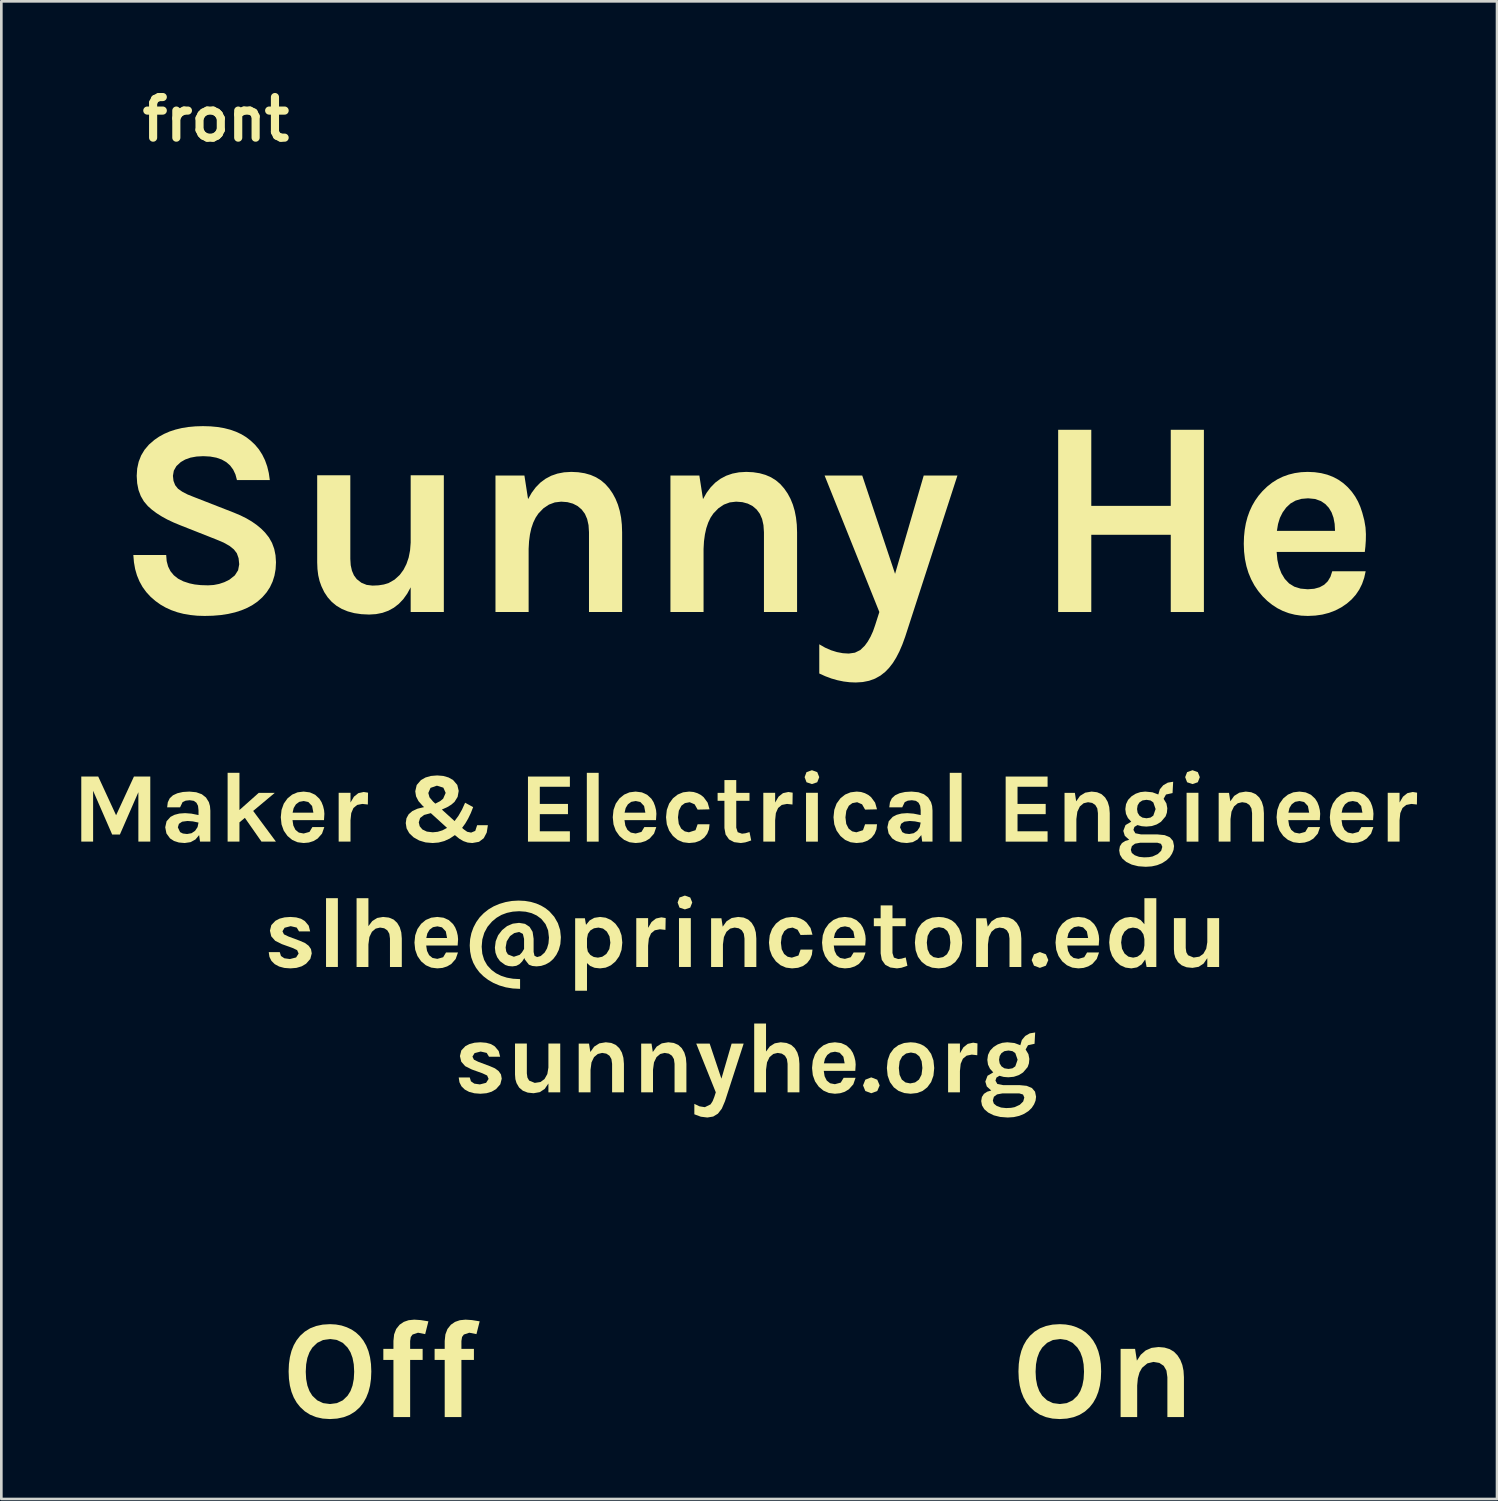
<source format=kicad_pcb>
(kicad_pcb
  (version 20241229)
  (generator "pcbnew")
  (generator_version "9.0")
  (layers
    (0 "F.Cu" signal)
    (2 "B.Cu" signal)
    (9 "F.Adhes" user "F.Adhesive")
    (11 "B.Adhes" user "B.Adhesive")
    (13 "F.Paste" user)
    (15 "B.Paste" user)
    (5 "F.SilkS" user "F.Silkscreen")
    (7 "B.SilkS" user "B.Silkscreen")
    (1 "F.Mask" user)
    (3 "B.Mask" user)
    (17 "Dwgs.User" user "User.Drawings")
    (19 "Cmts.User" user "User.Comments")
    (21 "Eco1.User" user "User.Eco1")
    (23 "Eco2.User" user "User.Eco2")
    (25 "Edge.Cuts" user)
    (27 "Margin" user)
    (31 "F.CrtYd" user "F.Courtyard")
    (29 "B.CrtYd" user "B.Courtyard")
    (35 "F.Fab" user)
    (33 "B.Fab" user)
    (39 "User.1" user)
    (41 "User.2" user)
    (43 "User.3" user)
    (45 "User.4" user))
  (footprint "front"
    (layer "F.Cu")
    (at 5.054 27.336)
    (property "Reference" "front" (at 0 -25.91 0) (layer "F.SilkS") (effects (font (size 1.524 1.524) (thickness 0.305))))
    (attr smd)
    (fp_line (start -4.747 -3.381) (end 44.797 -3.381) (stroke (width 0.508) (type solid)) (layer "F.Mask"))
    (fp_line (start 44.797 -3.381) (end -4.747 -3.381) (stroke (width 0.508) (type solid)) (layer "F.Mask"))
    (fp_poly (pts (xy 4.13 3.317) (xy 4.574 3.317) (xy 4.574 5.898) (xy 4.13 5.898) (xy 4.13 3.317)) (stroke (width 0) (type solid)) (fill yes) (layer "F.SilkS"))
    (fp_poly (pts (xy 13.916 -1.387) (xy 14.36 -1.387) (xy 14.36 1.195) (xy 13.916 1.195) (xy 13.916 -1.387)) (stroke (width 0) (type solid)) (fill yes) (layer "F.SilkS"))
    (fp_poly (pts (xy 27.534 -1.387) (xy 27.978 -1.387) (xy 27.978 1.195) (xy 27.534 1.195) (xy 27.534 -1.387)) (stroke (width 0) (type solid)) (fill yes) (layer "F.SilkS"))
    (fp_poly (pts (xy 24.588 10.636) (xy 24.366 10.553) (xy 24.28 10.342) (xy 24.366 10.128) (xy 24.588 10.041) (xy 24.814 10.128) (xy 24.904 10.342) (xy 24.814 10.553) (xy 24.588 10.636)) (stroke (width 0) (type solid)) (fill yes) (layer "F.SilkS"))
    (fp_poly (pts (xy 30.916 5.932) (xy 30.694 5.849) (xy 30.608 5.639) (xy 30.694 5.424) (xy 30.916 5.338) (xy 31.142 5.424) (xy 31.232 5.639) (xy 31.142 5.849) (xy 30.916 5.932)) (stroke (width 0) (type solid)) (fill yes) (layer "F.SilkS"))
    (fp_poly (pts (xy 1.084 0.303) (xy 0.881 0.472) (xy 0.881 1.195) (xy 0.437 1.195) (xy 0.437 -1.387) (xy 0.881 -1.387) (xy 0.881 0.009) (xy 1.603 -0.634) (xy 2.205 -0.634) (xy 1.396 0.043) (xy 2.25 1.195) (xy 1.708 1.195) (xy 1.084 0.303)) (stroke (width 0) (type solid)) (fill yes) (layer "F.SilkS"))
    (fp_poly (pts (xy 11.707 -1.247) (xy 13.28 -1.247) (xy 13.28 -0.864) (xy 12.151 -0.864) (xy 12.151 -0.22) (xy 13.208 -0.22) (xy 13.208 0.164) (xy 12.151 0.164) (xy 12.151 0.807) (xy 13.28 0.807) (xy 13.28 1.195) (xy 11.707 1.195) (xy 11.707 -1.247)) (stroke (width 0) (type solid)) (fill yes) (layer "F.SilkS"))
    (fp_poly (pts (xy 29.632 -1.247) (xy 31.205 -1.247) (xy 31.205 -0.864) (xy 30.077 -0.864) (xy 30.077 -0.22) (xy 31.134 -0.22) (xy 31.134 0.164) (xy 30.077 0.164) (xy 30.077 0.807) (xy 31.205 0.807) (xy 31.205 1.195) (xy 29.632 1.195) (xy 29.632 -1.247)) (stroke (width 0) (type solid)) (fill yes) (layer "F.SilkS"))
    (fp_poly (pts (xy 32.845 -14.259) (xy 32.845 -11.404) (xy 35.827 -11.404) (xy 35.827 -14.259) (xy 37.07 -14.259) (xy 37.07 -7.421) (xy 35.827 -7.421) (xy 35.827 -10.319) (xy 32.845 -10.319) (xy 32.845 -7.421) (xy 31.602 -7.421) (xy 31.602 -14.259) (xy 32.845 -14.259)) (stroke (width 0) (type solid)) (fill yes) (layer "F.SilkS"))
    (fp_poly (pts (xy -4.418 -1.247) (xy -3.748 0.205) (xy -3.078 -1.247) (xy -2.465 -1.247) (xy -2.465 1.195) (xy -2.912 1.195) (xy -2.912 -0.66) (xy -3.605 0.928) (xy -3.895 0.928) (xy -4.61 -0.713) (xy -4.61 1.195) (xy -5.054 1.195) (xy -5.054 -1.247) (xy -4.418 -1.247)) (stroke (width 0) (type solid)) (fill yes) (layer "F.SilkS"))
    (fp_poly (pts (xy 17.374 4.066) (xy 17.322 3.479) (xy 17.393 3.291) (xy 17.596 3.219) (xy 17.796 3.291) (xy 17.871 3.479) (xy 17.796 3.671) (xy 17.596 3.738) (xy 17.393 3.671) (xy 17.322 3.479) (xy 17.374 4.066) (xy 17.818 4.066) (xy 17.818 5.898) (xy 17.374 5.898) (xy 17.374 4.066)) (stroke (width 0) (type solid)) (fill yes) (layer "F.SilkS"))
    (fp_poly (pts (xy 22.141 -0.638) (xy 22.088 -1.225) (xy 22.159 -1.413) (xy 22.363 -1.485) (xy 22.562 -1.413) (xy 22.637 -1.225) (xy 22.562 -1.033) (xy 22.363 -0.965) (xy 22.159 -1.033) (xy 22.088 -1.225) (xy 22.141 -0.638) (xy 22.585 -0.638) (xy 22.585 1.195) (xy 22.141 1.195) (xy 22.141 -0.638)) (stroke (width 0) (type solid)) (fill yes) (layer "F.SilkS"))
    (fp_poly (pts (xy 36.421 -0.638) (xy 36.368 -1.225) (xy 36.44 -1.413) (xy 36.643 -1.485) (xy 36.842 -1.413) (xy 36.917 -1.225) (xy 36.842 -1.033) (xy 36.643 -0.965) (xy 36.44 -1.033) (xy 36.368 -1.225) (xy 36.421 -0.638) (xy 36.865 -0.638) (xy 36.865 1.195) (xy 36.421 1.195) (xy 36.421 -0.638)) (stroke (width 0) (type solid)) (fill yes) (layer "F.SilkS"))
    (fp_poly (pts (xy 5.048 -0.273) (xy 5.177 -0.492) (xy 5.342 -0.624) (xy 5.544 -0.668) (xy 5.706 -0.642) (xy 5.699 -0.198) (xy 5.492 -0.22) (xy 5.298 -0.182) (xy 5.159 -0.067) (xy 5.076 0.125) (xy 5.048 0.393) (xy 5.048 1.195) (xy 4.604 1.195) (xy 4.604 -0.638) (xy 5.048 -0.638) (xy 5.048 -0.273)) (stroke (width 0) (type solid)) (fill yes) (layer "F.SilkS"))
    (fp_poly (pts (xy 16.215 4.431) (xy 16.344 4.211) (xy 16.51 4.08) (xy 16.712 4.036) (xy 16.874 4.062) (xy 16.866 4.506) (xy 16.659 4.484) (xy 16.465 4.522) (xy 16.326 4.637) (xy 16.243 4.829) (xy 16.215 5.097) (xy 16.215 5.898) (xy 15.771 5.898) (xy 15.771 4.066) (xy 16.215 4.066) (xy 16.215 4.431)) (stroke (width 0) (type solid)) (fill yes) (layer "F.SilkS"))
    (fp_poly (pts (xy 20.982 -0.273) (xy 21.11 -0.492) (xy 21.276 -0.624) (xy 21.478 -0.668) (xy 21.64 -0.642) (xy 21.633 -0.198) (xy 21.426 -0.22) (xy 21.231 -0.182) (xy 21.093 -0.067) (xy 21.009 0.125) (xy 20.982 0.393) (xy 20.982 1.195) (xy 20.538 1.195) (xy 20.538 -0.638) (xy 20.982 -0.638) (xy 20.982 -0.273)) (stroke (width 0) (type solid)) (fill yes) (layer "F.SilkS"))
    (fp_poly (pts (xy 27.916 9.135) (xy 28.045 8.915) (xy 28.21 8.783) (xy 28.413 8.739) (xy 28.574 8.766) (xy 28.567 9.21) (xy 28.36 9.187) (xy 28.166 9.226) (xy 28.027 9.341) (xy 27.944 9.532) (xy 27.916 9.801) (xy 27.916 10.602) (xy 27.472 10.602) (xy 27.472 8.77) (xy 27.916 8.77) (xy 27.916 9.135)) (stroke (width 0) (type solid)) (fill yes) (layer "F.SilkS"))
    (fp_poly (pts (xy 44.412 -0.273) (xy 44.541 -0.492) (xy 44.706 -0.624) (xy 44.909 -0.668) (xy 45.07 -0.642) (xy 45.063 -0.198) (xy 44.856 -0.22) (xy 44.662 -0.182) (xy 44.523 -0.067) (xy 44.44 0.125) (xy 44.412 0.393) (xy 44.412 1.195) (xy 43.968 1.195) (xy 43.968 -0.638) (xy 44.412 -0.638) (xy 44.412 -0.273)) (stroke (width 0) (type solid)) (fill yes) (layer "F.SilkS"))
    (fp_poly (pts (xy 18.525 8.773) (xy 18.966 10.09) (xy 19.349 8.773) (xy 19.801 8.773) (xy 19.101 10.933) (xy 18.98 11.215) (xy 18.834 11.404) (xy 18.658 11.511) (xy 18.439 11.547) (xy 18.194 11.517) (xy 17.95 11.426) (xy 17.95 11.035) (xy 18.146 11.128) (xy 18.345 11.159) (xy 18.559 11.054) (xy 18.637 10.932) (xy 18.698 10.779) (xy 18.755 10.602) (xy 18.021 8.773) (xy 18.525 8.773)) (stroke (width 0) (type solid)) (fill yes) (layer "F.SilkS"))
    (fp_poly (pts (xy 20.084 1.15) (xy 19.862 1.223) (xy 19.693 1.247) (xy 19.441 1.214) (xy 19.252 1.112) (xy 19.123 0.928) (xy 19.079 0.687) (xy 19.079 -0.337) (xy 18.823 -0.337) (xy 18.823 -0.634) (xy 19.079 -0.634) (xy 19.079 -1.116) (xy 19.523 -1.116) (xy 19.523 -0.634) (xy 20.02 -0.634) (xy 20.02 -0.337) (xy 19.523 -0.337) (xy 19.523 0.672) (xy 19.577 0.841) (xy 19.738 0.897) (xy 19.863 0.882) (xy 20.02 0.837) (xy 20.084 1.15)) (stroke (width 0) (type solid)) (fill yes) (layer "F.SilkS"))
    (fp_poly (pts (xy 25.945 5.853) (xy 25.723 5.927) (xy 25.554 5.951) (xy 25.302 5.917) (xy 25.114 5.816) (xy 24.984 5.632) (xy 24.941 5.39) (xy 24.941 4.367) (xy 24.685 4.367) (xy 24.685 4.07) (xy 24.941 4.07) (xy 24.941 3.588) (xy 25.385 3.588) (xy 25.385 4.07) (xy 25.881 4.07) (xy 25.881 4.367) (xy 25.385 4.367) (xy 25.385 5.375) (xy 25.438 5.545) (xy 25.599 5.601) (xy 25.724 5.586) (xy 25.881 5.541) (xy 25.945 5.853)) (stroke (width 0) (type solid)) (fill yes) (layer "F.SilkS"))
    (fp_poly (pts (xy 6.28 20.228) (xy 6.659 20.228) (xy 6.659 19.928) (xy 6.685 19.685) (xy 6.762 19.483) (xy 6.891 19.322) (xy 7.046 19.216) (xy 7.228 19.153) (xy 7.439 19.132) (xy 7.68 19.148) (xy 7.971 19.195) (xy 7.85 19.675) (xy 7.581 19.622) (xy 7.376 19.691) (xy 7.309 19.783) (xy 7.286 19.933) (xy 7.286 20.228) (xy 7.755 20.228) (xy 7.755 20.644) (xy 7.286 20.644) (xy 7.286 22.788) (xy 6.659 22.788) (xy 6.659 20.644) (xy 6.28 20.644) (xy 6.28 20.228)) (stroke (width 0) (type solid)) (fill yes) (layer "F.SilkS"))
    (fp_poly (pts (xy 8.204 20.228) (xy 8.583 20.228) (xy 8.583 19.928) (xy 8.609 19.685) (xy 8.686 19.483) (xy 8.815 19.322) (xy 8.97 19.216) (xy 9.152 19.153) (xy 9.363 19.132) (xy 9.604 19.148) (xy 9.895 19.195) (xy 9.774 19.675) (xy 9.505 19.622) (xy 9.3 19.691) (xy 9.233 19.783) (xy 9.21 19.933) (xy 9.21 20.228) (xy 9.679 20.228) (xy 9.679 20.644) (xy 9.21 20.644) (xy 9.21 22.788) (xy 8.583 22.788) (xy 8.583 20.644) (xy 8.204 20.644) (xy 8.204 20.228)) (stroke (width 0) (type solid)) (fill yes) (layer "F.SilkS"))
    (fp_poly (pts (xy 12.474 10.271) (xy 12.335 10.474) (xy 12.15 10.595) (xy 11.917 10.636) (xy 11.695 10.612) (xy 11.515 10.541) (xy 11.375 10.422) (xy 11.278 10.256) (xy 11.235 10.11) (xy 11.221 9.936) (xy 11.221 8.77) (xy 11.665 8.77) (xy 11.665 9.891) (xy 11.687 10.049) (xy 11.752 10.162) (xy 11.962 10.248) (xy 12.177 10.215) (xy 12.327 10.105) (xy 12.434 9.916) (xy 12.474 9.673) (xy 12.474 8.77) (xy 12.918 8.77) (xy 12.918 10.602) (xy 12.474 10.602) (xy 12.474 10.271)) (stroke (width 0) (type solid)) (fill yes) (layer "F.SilkS"))
    (fp_poly (pts (xy 37.198 5.567) (xy 37.059 5.77) (xy 36.874 5.892) (xy 36.641 5.932) (xy 36.419 5.909) (xy 36.238 5.837) (xy 36.099 5.718) (xy 36.001 5.552) (xy 35.959 5.406) (xy 35.945 5.232) (xy 35.945 4.066) (xy 36.389 4.066) (xy 36.389 5.187) (xy 36.411 5.345) (xy 36.476 5.458) (xy 36.686 5.545) (xy 36.901 5.511) (xy 37.051 5.402) (xy 37.158 5.213) (xy 37.198 4.969) (xy 37.198 4.066) (xy 37.642 4.066) (xy 37.642 5.898) (xy 37.198 5.898) (xy 37.198 5.567)) (stroke (width 0) (type solid)) (fill yes) (layer "F.SilkS"))
    (fp_poly (pts (xy 5.72 4.367) (xy 5.865 4.175) (xy 6.048 4.059) (xy 6.27 4.021) (xy 6.489 4.045) (xy 6.666 4.119) (xy 6.8 4.243) (xy 6.896 4.407) (xy 6.954 4.602) (xy 6.973 4.83) (xy 6.973 5.898) (xy 6.529 5.898) (xy 6.529 4.83) (xy 6.505 4.652) (xy 6.431 4.525) (xy 6.314 4.446) (xy 6.157 4.42) (xy 5.992 4.459) (xy 5.852 4.578) (xy 5.757 4.775) (xy 5.72 5.052) (xy 5.72 5.898) (xy 5.276 5.898) (xy 5.276 3.317) (xy 5.72 3.317) (xy 5.72 4.367)) (stroke (width 0) (type solid)) (fill yes) (layer "F.SilkS"))
    (fp_poly (pts (xy 14.047 9.089) (xy 14.192 8.887) (xy 14.385 8.765) (xy 14.627 8.724) (xy 14.834 8.749) (xy 15.003 8.823) (xy 15.135 8.946) (xy 15.231 9.11) (xy 15.288 9.306) (xy 15.308 9.533) (xy 15.308 10.602) (xy 14.864 10.602) (xy 14.864 9.533) (xy 14.839 9.356) (xy 14.766 9.229) (xy 14.648 9.15) (xy 14.491 9.123) (xy 14.327 9.163) (xy 14.186 9.281) (xy 14.091 9.479) (xy 14.055 9.755) (xy 14.055 10.602) (xy 13.611 10.602) (xy 13.611 8.773) (xy 13.998 8.773) (xy 14.047 9.089)) (stroke (width 0) (type solid)) (fill yes) (layer "F.SilkS"))
    (fp_poly (pts (xy 16.392 9.089) (xy 16.536 8.887) (xy 16.729 8.765) (xy 16.971 8.724) (xy 17.178 8.749) (xy 17.347 8.823) (xy 17.479 8.946) (xy 17.575 9.11) (xy 17.633 9.306) (xy 17.652 9.533) (xy 17.652 10.602) (xy 17.208 10.602) (xy 17.208 9.533) (xy 17.184 9.356) (xy 17.11 9.229) (xy 16.993 9.15) (xy 16.836 9.123) (xy 16.671 9.163) (xy 16.531 9.281) (xy 16.436 9.479) (xy 16.399 9.755) (xy 16.399 10.602) (xy 15.955 10.602) (xy 15.955 8.773) (xy 16.343 8.773) (xy 16.392 9.089)) (stroke (width 0) (type solid)) (fill yes) (layer "F.SilkS"))
    (fp_poly (pts (xy 19.015 4.386) (xy 19.16 4.183) (xy 19.353 4.061) (xy 19.595 4.021) (xy 19.802 4.045) (xy 19.971 4.119) (xy 20.103 4.243) (xy 20.199 4.407) (xy 20.257 4.602) (xy 20.276 4.83) (xy 20.276 5.898) (xy 19.832 5.898) (xy 19.832 4.83) (xy 19.807 4.652) (xy 19.734 4.525) (xy 19.617 4.446) (xy 19.459 4.42) (xy 19.295 4.459) (xy 19.155 4.578) (xy 19.06 4.775) (xy 19.023 5.052) (xy 19.023 5.898) (xy 18.579 5.898) (xy 18.579 4.07) (xy 18.966 4.07) (xy 19.015 4.386)) (stroke (width 0) (type solid)) (fill yes) (layer "F.SilkS"))
    (fp_poly (pts (xy 20.64 9.071) (xy 20.784 8.878) (xy 20.968 8.763) (xy 21.189 8.724) (xy 21.409 8.749) (xy 21.586 8.823) (xy 21.72 8.946) (xy 21.816 9.11) (xy 21.874 9.306) (xy 21.893 9.533) (xy 21.893 10.602) (xy 21.449 10.602) (xy 21.449 9.533) (xy 21.424 9.356) (xy 21.351 9.229) (xy 21.233 9.15) (xy 21.076 9.123) (xy 20.912 9.163) (xy 20.772 9.281) (xy 20.677 9.479) (xy 20.64 9.755) (xy 20.64 10.602) (xy 20.196 10.602) (xy 20.196 8.021) (xy 20.64 8.021) (xy 20.64 9.071)) (stroke (width 0) (type solid)) (fill yes) (layer "F.SilkS"))
    (fp_poly (pts (xy 28.959 4.386) (xy 29.104 4.183) (xy 29.297 4.061) (xy 29.539 4.021) (xy 29.746 4.045) (xy 29.915 4.119) (xy 30.047 4.243) (xy 30.143 4.407) (xy 30.201 4.602) (xy 30.22 4.83) (xy 30.22 5.898) (xy 29.776 5.898) (xy 29.776 4.83) (xy 29.751 4.652) (xy 29.678 4.525) (xy 29.56 4.446) (xy 29.403 4.42) (xy 29.239 4.459) (xy 29.099 4.578) (xy 29.004 4.775) (xy 28.967 5.052) (xy 28.967 5.898) (xy 28.523 5.898) (xy 28.523 4.07) (xy 28.91 4.07) (xy 28.959 4.386)) (stroke (width 0) (type solid)) (fill yes) (layer "F.SilkS"))
    (fp_poly (pts (xy 32.278 -0.318) (xy 32.422 -0.521) (xy 32.615 -0.642) (xy 32.857 -0.683) (xy 33.064 -0.658) (xy 33.233 -0.584) (xy 33.365 -0.461) (xy 33.461 -0.297) (xy 33.519 -0.101) (xy 33.538 0.126) (xy 33.538 1.195) (xy 33.094 1.195) (xy 33.094 0.126) (xy 33.07 -0.052) (xy 32.996 -0.179) (xy 32.879 -0.258) (xy 32.722 -0.284) (xy 32.557 -0.245) (xy 32.417 -0.126) (xy 32.322 0.071) (xy 32.285 0.348) (xy 32.285 1.195) (xy 31.841 1.195) (xy 31.841 -0.634) (xy 32.229 -0.634) (xy 32.278 -0.318)) (stroke (width 0) (type solid)) (fill yes) (layer "F.SilkS"))
    (fp_poly (pts (xy 38.062 -0.318) (xy 38.206 -0.521) (xy 38.4 -0.642) (xy 38.641 -0.683) (xy 38.848 -0.658) (xy 39.018 -0.584) (xy 39.149 -0.461) (xy 39.245 -0.297) (xy 39.303 -0.101) (xy 39.322 0.126) (xy 39.322 1.195) (xy 38.878 1.195) (xy 38.878 0.126) (xy 38.854 -0.052) (xy 38.78 -0.179) (xy 38.663 -0.258) (xy 38.506 -0.284) (xy 38.341 -0.245) (xy 38.201 -0.126) (xy 38.106 0.071) (xy 38.069 0.348) (xy 38.069 1.195) (xy 37.625 1.195) (xy 37.625 -0.634) (xy 38.013 -0.634) (xy 38.062 -0.318)) (stroke (width 0) (type solid)) (fill yes) (layer "F.SilkS"))
    (fp_poly (pts (xy 34.556 20.67) (xy 34.702 20.447) (xy 34.886 20.287) (xy 35.108 20.191) (xy 35.368 20.159) (xy 35.59 20.179) (xy 35.783 20.237) (xy 35.946 20.334) (xy 36.079 20.47) (xy 36.185 20.638) (xy 36.261 20.831) (xy 36.306 21.049) (xy 36.321 21.292) (xy 36.321 22.788) (xy 35.7 22.788) (xy 35.7 21.292) (xy 35.665 21.043) (xy 35.563 20.865) (xy 35.398 20.755) (xy 35.178 20.718) (xy 34.948 20.773) (xy 34.751 20.939) (xy 34.654 21.111) (xy 34.592 21.332) (xy 34.567 21.603) (xy 34.567 22.788) (xy 33.945 22.788) (xy 33.945 20.228) (xy 34.488 20.228) (xy 34.556 20.67)) (stroke (width 0) (type solid)) (fill yes) (layer "F.SilkS"))
    (fp_poly (pts (xy 24.25 -12.542) (xy 25.482 -8.854) (xy 26.557 -12.542) (xy 27.822 -12.542) (xy 25.862 -6.494) (xy 25.756 -6.203) (xy 25.643 -5.94) (xy 25.522 -5.706) (xy 25.394 -5.501) (xy 25.257 -5.325) (xy 25.114 -5.177) (xy 24.931 -5.033) (xy 24.729 -4.921) (xy 24.508 -4.841) (xy 24.267 -4.793) (xy 24.007 -4.777) (xy 23.779 -4.786) (xy 23.551 -4.814) (xy 23.323 -4.861) (xy 23.094 -4.926) (xy 22.866 -5.011) (xy 22.638 -5.114) (xy 22.638 -6.21) (xy 22.857 -6.084) (xy 23.078 -5.987) (xy 23.299 -5.918) (xy 23.521 -5.876) (xy 23.744 -5.862) (xy 23.975 -5.895) (xy 24.175 -5.993) (xy 24.345 -6.157) (xy 24.46 -6.316) (xy 24.563 -6.497) (xy 24.655 -6.7) (xy 24.734 -6.926) (xy 24.892 -7.421) (xy 22.838 -12.542) (xy 24.25 -12.542)) (stroke (width 0) (type solid)) (fill yes) (layer "F.SilkS"))
    (fp_poly (pts (xy 17.757 -0.683) (xy 17.921 -0.668) (xy 18.066 -0.623) (xy 18.194 -0.557) (xy 18.299 -0.472) (xy 18.449 -0.268) (xy 18.521 -0.017) (xy 18.073 -0.006) (xy 17.961 -0.205) (xy 17.776 -0.284) (xy 17.596 -0.25) (xy 17.464 -0.152) (xy 17.368 0.036) (xy 17.336 0.284) (xy 17.366 0.529) (xy 17.456 0.706) (xy 17.589 0.81) (xy 17.746 0.845) (xy 17.994 0.766) (xy 18.073 0.544) (xy 18.521 0.544) (xy 18.499 0.733) (xy 18.433 0.9) (xy 18.322 1.044) (xy 18.168 1.157) (xy 17.979 1.225) (xy 17.754 1.247) (xy 17.526 1.218) (xy 17.324 1.13) (xy 17.148 0.984) (xy 17.004 0.78) (xy 16.917 0.546) (xy 16.888 0.28) (xy 16.917 0.004) (xy 17.004 -0.233) (xy 17.148 -0.431) (xy 17.324 -0.571) (xy 17.527 -0.655) (xy 17.757 -0.683)) (stroke (width 0) (type solid)) (fill yes) (layer "F.SilkS"))
    (fp_poly (pts (xy 21.62 4.021) (xy 21.783 4.036) (xy 21.928 4.081) (xy 22.056 4.147) (xy 22.161 4.231) (xy 22.311 4.436) (xy 22.383 4.687) (xy 21.936 4.698) (xy 21.823 4.499) (xy 21.638 4.42) (xy 21.458 4.453) (xy 21.326 4.551) (xy 21.23 4.739) (xy 21.198 4.988) (xy 21.228 5.232) (xy 21.318 5.409) (xy 21.451 5.514) (xy 21.608 5.548) (xy 21.857 5.469) (xy 21.936 5.247) (xy 22.383 5.247) (xy 22.361 5.437) (xy 22.295 5.604) (xy 22.184 5.748) (xy 22.031 5.861) (xy 21.841 5.929) (xy 21.616 5.951) (xy 21.388 5.922) (xy 21.186 5.834) (xy 21.01 5.688) (xy 20.866 5.484) (xy 20.779 5.249) (xy 20.75 4.984) (xy 20.779 4.708) (xy 20.866 4.471) (xy 21.01 4.273) (xy 21.186 4.133) (xy 21.39 4.049) (xy 21.62 4.021)) (stroke (width 0) (type solid)) (fill yes) (layer "F.SilkS"))
    (fp_poly (pts (xy 24.041 -0.683) (xy 24.205 -0.668) (xy 24.35 -0.623) (xy 24.478 -0.557) (xy 24.583 -0.472) (xy 24.733 -0.268) (xy 24.805 -0.017) (xy 24.357 -0.006) (xy 24.244 -0.205) (xy 24.06 -0.284) (xy 23.879 -0.25) (xy 23.748 -0.152) (xy 23.652 0.036) (xy 23.62 0.284) (xy 23.65 0.529) (xy 23.74 0.706) (xy 23.873 0.81) (xy 24.03 0.845) (xy 24.278 0.766) (xy 24.357 0.544) (xy 24.805 0.544) (xy 24.783 0.733) (xy 24.716 0.9) (xy 24.606 1.044) (xy 24.452 1.157) (xy 24.263 1.225) (xy 24.037 1.247) (xy 23.81 1.218) (xy 23.608 1.13) (xy 23.432 0.984) (xy 23.287 0.78) (xy 23.201 0.546) (xy 23.172 0.28) (xy 23.201 0.004) (xy 23.287 -0.233) (xy 23.432 -0.431) (xy 23.608 -0.571) (xy 23.811 -0.655) (xy 24.041 -0.683)) (stroke (width 0) (type solid)) (fill yes) (layer "F.SilkS"))
    (fp_poly (pts (xy 13.885 4.318) (xy 14.524 4.457) (xy 14.351 4.42) (xy 14.183 4.447) (xy 14.047 4.529) (xy 13.957 4.658) (xy 13.922 4.833) (xy 13.922 5.161) (xy 13.953 5.321) (xy 14.047 5.447) (xy 14.176 5.523) (xy 14.332 5.548) (xy 14.494 5.515) (xy 14.649 5.409) (xy 14.761 5.225) (xy 14.799 4.988) (xy 14.766 4.75) (xy 14.667 4.57) (xy 14.524 4.457) (xy 13.885 4.318) (xy 14.02 4.153) (xy 14.196 4.054) (xy 14.412 4.021) (xy 14.626 4.049) (xy 14.82 4.134) (xy 14.991 4.277) (xy 15.133 4.476) (xy 15.218 4.711) (xy 15.247 4.984) (xy 15.218 5.259) (xy 15.131 5.496) (xy 14.987 5.695) (xy 14.816 5.837) (xy 14.624 5.923) (xy 14.412 5.951) (xy 14.208 5.929) (xy 14.045 5.862) (xy 13.922 5.752) (xy 13.922 6.79) (xy 13.478 6.79) (xy 13.478 4.07) (xy 13.843 4.07) (xy 13.885 4.318)) (stroke (width 0) (type solid)) (fill yes) (layer "F.SilkS"))
    (fp_poly (pts (xy 34.868 5.616) (xy 34.416 5.548) (xy 34.569 5.516) (xy 34.706 5.421) (xy 34.805 5.272) (xy 34.838 5.089) (xy 34.838 4.852) (xy 34.801 4.674) (xy 34.706 4.532) (xy 34.574 4.448) (xy 34.405 4.42) (xy 34.232 4.458) (xy 34.089 4.574) (xy 33.996 4.751) (xy 33.965 4.98) (xy 33.997 5.212) (xy 34.093 5.394) (xy 34.237 5.51) (xy 34.416 5.548) (xy 34.868 5.616) (xy 34.735 5.802) (xy 34.562 5.914) (xy 34.348 5.951) (xy 34.128 5.921) (xy 33.932 5.832) (xy 33.761 5.684) (xy 33.625 5.482) (xy 33.544 5.246) (xy 33.517 4.976) (xy 33.543 4.708) (xy 33.62 4.476) (xy 33.75 4.28) (xy 33.916 4.136) (xy 34.106 4.05) (xy 34.322 4.021) (xy 34.532 4.051) (xy 34.703 4.143) (xy 34.838 4.295) (xy 34.838 3.317) (xy 35.285 3.317) (xy 35.285 5.898) (xy 34.92 5.898) (xy 34.868 5.616)) (stroke (width 0) (type solid)) (fill yes) (layer "F.SilkS"))
    (fp_poly (pts (xy 3.88 -0.416) (xy 3.293 -0.329) (xy 3.126 -0.298) (xy 3 -0.205) (xy 2.916 -0.067) (xy 2.876 0.107) (xy 3.655 0.107) (xy 3.607 -0.141) (xy 3.466 -0.292) (xy 3.293 -0.329) (xy 3.88 -0.416) (xy 3.962 -0.286) (xy 4.02 -0.137) (xy 4.056 0.014) (xy 4.068 0.152) (xy 4.053 0.389) (xy 2.872 0.389) (xy 2.903 0.591) (xy 2.981 0.751) (xy 3.109 0.855) (xy 3.29 0.89) (xy 3.509 0.83) (xy 3.617 0.649) (xy 4.065 0.649) (xy 3.979 0.895) (xy 3.813 1.082) (xy 3.659 1.174) (xy 3.485 1.229) (xy 3.29 1.247) (xy 3.062 1.218) (xy 2.86 1.13) (xy 2.684 0.984) (xy 2.544 0.784) (xy 2.46 0.549) (xy 2.432 0.28) (xy 2.46 0.006) (xy 2.544 -0.23) (xy 2.684 -0.427) (xy 2.858 -0.569) (xy 3.06 -0.655) (xy 3.29 -0.683) (xy 3.524 -0.653) (xy 3.721 -0.564) (xy 3.88 -0.416)) (stroke (width 0) (type solid)) (fill yes) (layer "F.SilkS"))
    (fp_poly (pts (xy 8.896 4.288) (xy 8.309 4.374) (xy 8.142 4.405) (xy 8.016 4.499) (xy 7.932 4.637) (xy 7.892 4.811) (xy 8.671 4.811) (xy 8.624 4.563) (xy 8.482 4.412) (xy 8.309 4.374) (xy 8.896 4.288) (xy 8.978 4.418) (xy 9.036 4.566) (xy 9.072 4.718) (xy 9.085 4.856) (xy 9.069 5.093) (xy 7.888 5.093) (xy 7.919 5.294) (xy 7.997 5.454) (xy 8.125 5.559) (xy 8.306 5.594) (xy 8.525 5.533) (xy 8.633 5.353) (xy 9.081 5.353) (xy 8.995 5.598) (xy 8.829 5.786) (xy 8.675 5.877) (xy 8.501 5.933) (xy 8.306 5.951) (xy 8.078 5.922) (xy 7.876 5.834) (xy 7.7 5.688) (xy 7.56 5.487) (xy 7.476 5.253) (xy 7.448 4.984) (xy 7.476 4.71) (xy 7.56 4.474) (xy 7.7 4.277) (xy 7.874 4.134) (xy 8.076 4.049) (xy 8.306 4.021) (xy 8.54 4.05) (xy 8.737 4.139) (xy 8.896 4.288)) (stroke (width 0) (type solid)) (fill yes) (layer "F.SilkS"))
    (fp_poly (pts (xy 16.338 -0.416) (xy 15.751 -0.329) (xy 15.583 -0.298) (xy 15.457 -0.205) (xy 15.374 -0.067) (xy 15.333 0.107) (xy 16.112 0.107) (xy 16.065 -0.141) (xy 15.924 -0.292) (xy 15.751 -0.329) (xy 16.338 -0.416) (xy 16.42 -0.286) (xy 16.477 -0.137) (xy 16.514 0.014) (xy 16.526 0.152) (xy 16.511 0.389) (xy 15.329 0.389) (xy 15.36 0.591) (xy 15.438 0.751) (xy 15.566 0.855) (xy 15.747 0.89) (xy 15.966 0.83) (xy 16.074 0.649) (xy 16.522 0.649) (xy 16.437 0.895) (xy 16.27 1.082) (xy 16.117 1.174) (xy 15.942 1.229) (xy 15.747 1.247) (xy 15.519 1.218) (xy 15.317 1.13) (xy 15.141 0.984) (xy 15.001 0.784) (xy 14.917 0.549) (xy 14.889 0.28) (xy 14.917 0.006) (xy 15.001 -0.23) (xy 15.141 -0.427) (xy 15.316 -0.569) (xy 15.517 -0.655) (xy 15.747 -0.683) (xy 15.982 -0.653) (xy 16.178 -0.564) (xy 16.338 -0.416)) (stroke (width 0) (type solid)) (fill yes) (layer "F.SilkS"))
    (fp_poly (pts (xy 23.816 8.992) (xy 23.229 9.078) (xy 23.061 9.109) (xy 22.935 9.202) (xy 22.852 9.341) (xy 22.811 9.515) (xy 23.59 9.515) (xy 23.543 9.266) (xy 23.402 9.116) (xy 23.229 9.078) (xy 23.816 8.992) (xy 23.898 9.121) (xy 23.955 9.27) (xy 23.992 9.421) (xy 24.004 9.56) (xy 23.989 9.797) (xy 22.807 9.797) (xy 22.838 9.998) (xy 22.917 10.158) (xy 23.045 10.262) (xy 23.225 10.297) (xy 23.444 10.237) (xy 23.553 10.056) (xy 24 10.056) (xy 23.915 10.302) (xy 23.748 10.489) (xy 23.595 10.581) (xy 23.42 10.636) (xy 23.225 10.655) (xy 22.997 10.626) (xy 22.795 10.538) (xy 22.619 10.391) (xy 22.479 10.191) (xy 22.395 9.957) (xy 22.367 9.688) (xy 22.395 9.413) (xy 22.479 9.178) (xy 22.619 8.98) (xy 22.794 8.838) (xy 22.996 8.753) (xy 23.225 8.724) (xy 23.46 8.754) (xy 23.657 8.843) (xy 23.816 8.992)) (stroke (width 0) (type solid)) (fill yes) (layer "F.SilkS"))
    (fp_poly (pts (xy 24.191 4.288) (xy 23.604 4.374) (xy 23.436 4.405) (xy 23.31 4.499) (xy 23.226 4.637) (xy 23.186 4.811) (xy 23.965 4.811) (xy 23.918 4.563) (xy 23.777 4.412) (xy 23.604 4.374) (xy 24.191 4.288) (xy 24.273 4.418) (xy 24.33 4.566) (xy 24.367 4.718) (xy 24.379 4.856) (xy 24.364 5.093) (xy 23.182 5.093) (xy 23.213 5.294) (xy 23.291 5.454) (xy 23.419 5.559) (xy 23.6 5.594) (xy 23.819 5.533) (xy 23.927 5.353) (xy 24.375 5.353) (xy 24.29 5.598) (xy 24.123 5.786) (xy 23.97 5.877) (xy 23.795 5.933) (xy 23.6 5.951) (xy 23.372 5.922) (xy 23.17 5.834) (xy 22.994 5.688) (xy 22.854 5.487) (xy 22.77 5.253) (xy 22.742 4.984) (xy 22.77 4.71) (xy 22.854 4.474) (xy 22.994 4.277) (xy 23.168 4.134) (xy 23.37 4.049) (xy 23.6 4.021) (xy 23.835 4.05) (xy 24.031 4.139) (xy 24.191 4.288)) (stroke (width 0) (type solid)) (fill yes) (layer "F.SilkS"))
    (fp_poly (pts (xy 26.067 8.724) (xy 26.394 9.255) (xy 26.258 9.145) (xy 26.078 9.108) (xy 25.896 9.145) (xy 25.75 9.255) (xy 25.654 9.435) (xy 25.623 9.688) (xy 25.651 9.942) (xy 25.735 10.124) (xy 25.873 10.231) (xy 26.051 10.267) (xy 26.233 10.231) (xy 26.379 10.124) (xy 26.475 9.942) (xy 26.507 9.688) (xy 26.479 9.435) (xy 26.394 9.255) (xy 26.067 8.724) (xy 26.245 8.739) (xy 26.413 8.785) (xy 26.563 8.857) (xy 26.691 8.961) (xy 26.835 9.16) (xy 26.922 9.403) (xy 26.951 9.691) (xy 26.922 9.976) (xy 26.835 10.217) (xy 26.691 10.414) (xy 26.518 10.548) (xy 26.31 10.628) (xy 26.067 10.655) (xy 25.822 10.628) (xy 25.612 10.548) (xy 25.434 10.414) (xy 25.29 10.218) (xy 25.204 9.977) (xy 25.175 9.691) (xy 25.204 9.401) (xy 25.29 9.158) (xy 25.434 8.961) (xy 25.61 8.83) (xy 25.821 8.751) (xy 26.067 8.724)) (stroke (width 0) (type solid)) (fill yes) (layer "F.SilkS"))
    (fp_poly (pts (xy 27.118 4.021) (xy 27.445 4.551) (xy 27.309 4.441) (xy 27.129 4.405) (xy 26.947 4.441) (xy 26.801 4.551) (xy 26.705 4.731) (xy 26.673 4.984) (xy 26.702 5.238) (xy 26.786 5.421) (xy 26.924 5.528) (xy 27.102 5.563) (xy 27.284 5.528) (xy 27.43 5.421) (xy 27.526 5.238) (xy 27.558 4.984) (xy 27.53 4.731) (xy 27.445 4.551) (xy 27.118 4.021) (xy 27.296 4.036) (xy 27.464 4.081) (xy 27.614 4.153) (xy 27.742 4.258) (xy 27.886 4.456) (xy 27.973 4.699) (xy 28.002 4.988) (xy 27.973 5.272) (xy 27.886 5.513) (xy 27.742 5.71) (xy 27.569 5.844) (xy 27.361 5.924) (xy 27.118 5.951) (xy 26.873 5.924) (xy 26.663 5.844) (xy 26.485 5.71) (xy 26.341 5.515) (xy 26.255 5.274) (xy 26.226 4.988) (xy 26.255 4.698) (xy 26.341 4.454) (xy 26.485 4.258) (xy 26.661 4.126) (xy 26.872 4.047) (xy 27.118 4.021)) (stroke (width 0) (type solid)) (fill yes) (layer "F.SilkS"))
    (fp_poly (pts (xy 32.951 4.288) (xy 32.364 4.374) (xy 32.197 4.405) (xy 32.071 4.499) (xy 31.987 4.637) (xy 31.947 4.811) (xy 32.726 4.811) (xy 32.679 4.563) (xy 32.537 4.412) (xy 32.364 4.374) (xy 32.951 4.288) (xy 33.033 4.418) (xy 33.091 4.566) (xy 33.127 4.718) (xy 33.14 4.856) (xy 33.124 5.093) (xy 31.943 5.093) (xy 31.974 5.294) (xy 32.052 5.454) (xy 32.18 5.559) (xy 32.361 5.594) (xy 32.58 5.533) (xy 32.688 5.353) (xy 33.136 5.353) (xy 33.05 5.598) (xy 32.884 5.786) (xy 32.73 5.877) (xy 32.556 5.933) (xy 32.361 5.951) (xy 32.133 5.922) (xy 31.931 5.834) (xy 31.755 5.688) (xy 31.615 5.487) (xy 31.531 5.253) (xy 31.503 4.984) (xy 31.531 4.71) (xy 31.615 4.474) (xy 31.755 4.277) (xy 31.929 4.134) (xy 32.131 4.049) (xy 32.361 4.021) (xy 32.595 4.05) (xy 32.792 4.139) (xy 32.951 4.288)) (stroke (width 0) (type solid)) (fill yes) (layer "F.SilkS"))
    (fp_poly (pts (xy 41.245 -0.416) (xy 40.658 -0.329) (xy 40.491 -0.298) (xy 40.365 -0.205) (xy 40.281 -0.067) (xy 40.241 0.107) (xy 41.02 0.107) (xy 40.973 -0.141) (xy 40.831 -0.292) (xy 40.658 -0.329) (xy 41.245 -0.416) (xy 41.327 -0.286) (xy 41.385 -0.137) (xy 41.421 0.014) (xy 41.434 0.152) (xy 41.418 0.389) (xy 40.237 0.389) (xy 40.268 0.591) (xy 40.346 0.751) (xy 40.474 0.855) (xy 40.655 0.89) (xy 40.874 0.83) (xy 40.982 0.649) (xy 41.43 0.649) (xy 41.344 0.895) (xy 41.178 1.082) (xy 41.024 1.174) (xy 40.85 1.229) (xy 40.655 1.247) (xy 40.427 1.218) (xy 40.225 1.13) (xy 40.049 0.984) (xy 39.909 0.784) (xy 39.825 0.549) (xy 39.797 0.28) (xy 39.825 0.006) (xy 39.909 -0.23) (xy 40.049 -0.427) (xy 40.223 -0.569) (xy 40.425 -0.655) (xy 40.655 -0.683) (xy 40.889 -0.653) (xy 41.086 -0.564) (xy 41.245 -0.416)) (stroke (width 0) (type solid)) (fill yes) (layer "F.SilkS"))
    (fp_poly (pts (xy 43.244 -0.416) (xy 42.657 -0.329) (xy 42.49 -0.298) (xy 42.364 -0.205) (xy 42.28 -0.067) (xy 42.24 0.107) (xy 43.019 0.107) (xy 42.972 -0.141) (xy 42.831 -0.292) (xy 42.657 -0.329) (xy 43.244 -0.416) (xy 43.326 -0.286) (xy 43.384 -0.137) (xy 43.42 0.014) (xy 43.433 0.152) (xy 43.418 0.389) (xy 42.236 0.389) (xy 42.267 0.591) (xy 42.345 0.751) (xy 42.473 0.855) (xy 42.654 0.89) (xy 42.873 0.83) (xy 42.981 0.649) (xy 43.429 0.649) (xy 43.343 0.895) (xy 43.177 1.082) (xy 43.023 1.174) (xy 42.849 1.229) (xy 42.654 1.247) (xy 42.426 1.218) (xy 42.224 1.13) (xy 42.048 0.984) (xy 41.908 0.784) (xy 41.824 0.549) (xy 41.796 0.28) (xy 41.824 0.006) (xy 41.908 -0.23) (xy 42.048 -0.427) (xy 42.222 -0.569) (xy 42.424 -0.655) (xy 42.654 -0.683) (xy 42.888 -0.653) (xy 43.085 -0.564) (xy 43.244 -0.416)) (stroke (width 0) (type solid)) (fill yes) (layer "F.SilkS"))
    (fp_poly (pts (xy 2.394 5.341) (xy 2.439 5.486) (xy 2.566 5.572) (xy 2.774 5.601) (xy 3.007 5.541) (xy 3.101 5.394) (xy 3.045 5.266) (xy 2.868 5.183) (xy 2.469 5.04) (xy 2.222 4.916) (xy 2.074 4.748) (xy 2.025 4.536) (xy 2.077 4.326) (xy 2.232 4.164) (xy 2.388 4.084) (xy 2.575 4.037) (xy 2.793 4.021) (xy 3.01 4.038) (xy 3.191 4.089) (xy 3.334 4.175) (xy 3.48 4.349) (xy 3.534 4.563) (xy 3.116 4.563) (xy 3.03 4.42) (xy 2.804 4.367) (xy 2.574 4.427) (xy 2.495 4.559) (xy 2.551 4.674) (xy 2.717 4.754) (xy 3.15 4.916) (xy 3.339 4.998) (xy 3.477 5.101) (xy 3.565 5.227) (xy 3.594 5.387) (xy 3.54 5.597) (xy 3.38 5.778) (xy 3.216 5.874) (xy 3.02 5.932) (xy 2.793 5.951) (xy 2.565 5.934) (xy 2.369 5.881) (xy 2.206 5.793) (xy 2.082 5.671) (xy 2.007 5.52) (xy 1.98 5.341) (xy 2.394 5.341)) (stroke (width 0) (type solid)) (fill yes) (layer "F.SilkS"))
    (fp_poly (pts (xy 9.523 10.045) (xy 9.568 10.189) (xy 9.695 10.276) (xy 9.903 10.305) (xy 10.136 10.245) (xy 10.23 10.098) (xy 10.174 9.97) (xy 9.997 9.887) (xy 9.598 9.744) (xy 9.351 9.62) (xy 9.203 9.451) (xy 9.154 9.24) (xy 9.206 9.03) (xy 9.361 8.867) (xy 9.517 8.788) (xy 9.704 8.74) (xy 9.922 8.724) (xy 10.139 8.742) (xy 10.32 8.793) (xy 10.463 8.879) (xy 10.609 9.053) (xy 10.663 9.266) (xy 10.245 9.266) (xy 10.159 9.123) (xy 9.933 9.071) (xy 9.703 9.131) (xy 9.624 9.262) (xy 9.68 9.377) (xy 9.846 9.458) (xy 10.279 9.62) (xy 10.468 9.702) (xy 10.606 9.804) (xy 10.694 9.93) (xy 10.723 10.09) (xy 10.669 10.301) (xy 10.509 10.482) (xy 10.345 10.578) (xy 10.149 10.636) (xy 9.922 10.655) (xy 9.694 10.637) (xy 9.498 10.585) (xy 9.335 10.497) (xy 9.211 10.375) (xy 9.136 10.224) (xy 9.109 10.045) (xy 9.523 10.045)) (stroke (width 0) (type solid)) (fill yes) (layer "F.SilkS"))
    (fp_poly (pts (xy 7.306 -8.348) (xy 7.176 -8.109) (xy 7.027 -7.901) (xy 6.86 -7.726) (xy 6.674 -7.582) (xy 6.47 -7.47) (xy 6.247 -7.39) (xy 6.006 -7.342) (xy 5.747 -7.326) (xy 5.456 -7.34) (xy 5.189 -7.379) (xy 4.944 -7.445) (xy 4.722 -7.537) (xy 4.523 -7.655) (xy 4.347 -7.799) (xy 4.194 -7.97) (xy 4.063 -8.167) (xy 3.956 -8.391) (xy 3.887 -8.585) (xy 3.837 -8.799) (xy 3.808 -9.033) (xy 3.798 -9.286) (xy 3.798 -12.552) (xy 5.041 -12.552) (xy 5.041 -9.413) (xy 5.056 -9.176) (xy 5.102 -8.97) (xy 5.177 -8.796) (xy 5.283 -8.654) (xy 5.457 -8.519) (xy 5.653 -8.439) (xy 5.873 -8.412) (xy 6.099 -8.422) (xy 6.3 -8.454) (xy 6.474 -8.506) (xy 6.701 -8.636) (xy 6.895 -8.812) (xy 7.037 -9.005) (xy 7.148 -9.223) (xy 7.231 -9.466) (xy 7.283 -9.732) (xy 7.306 -10.024) (xy 7.306 -12.552) (xy 8.55 -12.552) (xy 8.55 -7.421) (xy 7.306 -7.421) (xy 7.306 -8.348)) (stroke (width 0) (type solid)) (fill yes) (layer "F.SilkS"))
    (fp_poly (pts (xy 11.711 -11.657) (xy 11.847 -11.896) (xy 12.002 -12.104) (xy 12.176 -12.28) (xy 12.369 -12.423) (xy 12.581 -12.535) (xy 12.813 -12.615) (xy 13.063 -12.663) (xy 13.333 -12.679) (xy 13.594 -12.666) (xy 13.836 -12.628) (xy 14.059 -12.565) (xy 14.262 -12.476) (xy 14.446 -12.362) (xy 14.61 -12.222) (xy 14.756 -12.057) (xy 14.884 -11.871) (xy 14.993 -11.669) (xy 15.082 -11.451) (xy 15.151 -11.216) (xy 15.201 -10.965) (xy 15.23 -10.697) (xy 15.24 -10.414) (xy 15.24 -7.421) (xy 13.997 -7.421) (xy 13.997 -10.414) (xy 13.98 -10.68) (xy 13.928 -10.911) (xy 13.843 -11.107) (xy 13.723 -11.267) (xy 13.572 -11.396) (xy 13.394 -11.488) (xy 13.188 -11.544) (xy 12.954 -11.562) (xy 12.715 -11.534) (xy 12.493 -11.451) (xy 12.288 -11.313) (xy 12.1 -11.119) (xy 11.994 -10.96) (xy 11.905 -10.775) (xy 11.834 -10.566) (xy 11.782 -10.333) (xy 11.748 -10.075) (xy 11.732 -9.792) (xy 11.732 -7.421) (xy 10.488 -7.421) (xy 10.488 -12.542) (xy 11.574 -12.542) (xy 11.711 -11.657)) (stroke (width 0) (type solid)) (fill yes) (layer "F.SilkS"))
    (fp_poly (pts (xy 18.275 -11.657) (xy 18.411 -11.896) (xy 18.566 -12.104) (xy 18.74 -12.28) (xy 18.934 -12.423) (xy 19.146 -12.535) (xy 19.378 -12.615) (xy 19.628 -12.663) (xy 19.898 -12.679) (xy 20.159 -12.666) (xy 20.401 -12.628) (xy 20.623 -12.565) (xy 20.827 -12.476) (xy 21.011 -12.362) (xy 21.175 -12.222) (xy 21.32 -12.057) (xy 21.449 -11.871) (xy 21.558 -11.669) (xy 21.647 -11.451) (xy 21.716 -11.216) (xy 21.765 -10.965) (xy 21.795 -10.697) (xy 21.805 -10.414) (xy 21.805 -7.421) (xy 20.562 -7.421) (xy 20.562 -10.414) (xy 20.544 -10.68) (xy 20.493 -10.911) (xy 20.407 -11.107) (xy 20.288 -11.267) (xy 20.137 -11.396) (xy 19.958 -11.488) (xy 19.752 -11.544) (xy 19.518 -11.562) (xy 19.279 -11.534) (xy 19.057 -11.451) (xy 18.853 -11.313) (xy 18.665 -11.119) (xy 18.558 -10.96) (xy 18.47 -10.775) (xy 18.399 -10.566) (xy 18.347 -10.333) (xy 18.312 -10.075) (xy 18.296 -9.792) (xy 18.296 -7.421) (xy 17.053 -7.421) (xy 17.053 -12.542) (xy 18.138 -12.542) (xy 18.275 -11.657)) (stroke (width 0) (type solid)) (fill yes) (layer "F.SilkS"))
    (fp_poly (pts (xy -1.159 0.126) (xy -0.655 0.48) (xy -0.869 0.435) (xy -1.069 0.42) (xy -1.269 0.446) (xy -1.39 0.527) (xy -1.43 0.66) (xy -1.347 0.837) (xy -1.24 0.891) (xy -1.084 0.909) (xy -0.916 0.879) (xy -0.783 0.788) (xy -0.69 0.649) (xy -0.655 0.48) (xy -1.159 0.126) (xy -0.924 0.144) (xy -0.655 0.198) (xy -0.655 0.017) (xy -0.674 -0.15) (xy -0.734 -0.265) (xy -0.834 -0.336) (xy -0.986 -0.359) (xy -1.139 -0.342) (xy -1.253 -0.288) (xy -1.347 -0.092) (xy -1.832 -0.092) (xy -1.808 -0.281) (xy -1.735 -0.432) (xy -1.614 -0.544) (xy -1.447 -0.621) (xy -1.241 -0.668) (xy -0.997 -0.683) (xy -0.74 -0.658) (xy -0.532 -0.584) (xy -0.375 -0.461) (xy -0.267 -0.288) (xy -0.225 -0.14) (xy -0.211 0.032) (xy -0.211 1.195) (xy -0.598 1.195) (xy -0.632 0.95) (xy -0.771 1.115) (xy -0.952 1.214) (xy -1.174 1.247) (xy -1.392 1.228) (xy -1.575 1.17) (xy -1.723 1.074) (xy -1.859 0.887) (xy -1.904 0.657) (xy -1.854 0.431) (xy -1.705 0.265) (xy -1.555 0.188) (xy -1.373 0.141) (xy -1.159 0.126)) (stroke (width 0) (type solid)) (fill yes) (layer "F.SilkS"))
    (fp_poly (pts (xy 25.939 0.126) (xy 26.443 0.48) (xy 26.229 0.435) (xy 26.029 0.42) (xy 25.828 0.446) (xy 25.708 0.527) (xy 25.668 0.66) (xy 25.751 0.837) (xy 25.858 0.891) (xy 26.014 0.909) (xy 26.182 0.879) (xy 26.315 0.788) (xy 26.407 0.649) (xy 26.443 0.48) (xy 25.939 0.126) (xy 26.174 0.144) (xy 26.443 0.198) (xy 26.443 0.017) (xy 26.423 -0.15) (xy 26.364 -0.265) (xy 26.263 -0.336) (xy 26.112 -0.359) (xy 25.959 -0.342) (xy 25.845 -0.288) (xy 25.751 -0.092) (xy 25.265 -0.092) (xy 25.29 -0.281) (xy 25.362 -0.432) (xy 25.484 -0.544) (xy 25.651 -0.621) (xy 25.856 -0.668) (xy 26.101 -0.683) (xy 26.358 -0.658) (xy 26.565 -0.584) (xy 26.723 -0.461) (xy 26.831 -0.288) (xy 26.873 -0.14) (xy 26.887 0.032) (xy 26.887 1.195) (xy 26.5 1.195) (xy 26.466 0.95) (xy 26.327 1.115) (xy 26.146 1.214) (xy 25.924 1.247) (xy 25.706 1.228) (xy 25.522 1.17) (xy 25.374 1.074) (xy 25.239 0.887) (xy 25.194 0.657) (xy 25.244 0.431) (xy 25.393 0.265) (xy 25.542 0.188) (xy 25.724 0.141) (xy 25.939 0.126)) (stroke (width 0) (type solid)) (fill yes) (layer "F.SilkS"))
    (fp_poly (pts (xy 4.28 19.301) (xy 4.938 20.18) (xy 4.758 20.002) (xy 4.538 19.895) (xy 4.28 19.859) (xy 4.021 19.895) (xy 3.8 20.002) (xy 3.616 20.18) (xy 3.508 20.356) (xy 3.43 20.565) (xy 3.384 20.809) (xy 3.369 21.087) (xy 3.384 21.362) (xy 3.43 21.604) (xy 3.508 21.813) (xy 3.616 21.987) (xy 3.8 22.16) (xy 4.021 22.264) (xy 4.28 22.298) (xy 4.538 22.264) (xy 4.758 22.16) (xy 4.938 21.987) (xy 5.047 21.813) (xy 5.124 21.604) (xy 5.171 21.362) (xy 5.186 21.087) (xy 5.171 20.809) (xy 5.124 20.565) (xy 5.047 20.356) (xy 4.938 20.18) (xy 4.28 19.301) (xy 4.502 19.314) (xy 4.711 19.352) (xy 4.907 19.417) (xy 5.088 19.503) (xy 5.251 19.613) (xy 5.397 19.748) (xy 5.529 19.914) (xy 5.637 20.102) (xy 5.721 20.312) (xy 5.781 20.545) (xy 5.817 20.799) (xy 5.829 21.076) (xy 5.817 21.355) (xy 5.781 21.612) (xy 5.721 21.846) (xy 5.637 22.059) (xy 5.529 22.25) (xy 5.397 22.419) (xy 5.22 22.579) (xy 5.02 22.703) (xy 4.796 22.791) (xy 4.547 22.844) (xy 4.275 22.862) (xy 4.004 22.844) (xy 3.757 22.789) (xy 3.534 22.699) (xy 3.334 22.572) (xy 3.158 22.409) (xy 3.026 22.242) (xy 2.918 22.052) (xy 2.834 21.841) (xy 2.774 21.608) (xy 2.738 21.353) (xy 2.726 21.076) (xy 2.738 20.796) (xy 2.774 20.539) (xy 2.834 20.304) (xy 2.918 20.093) (xy 3.026 19.904) (xy 3.158 19.738) (xy 3.333 19.581) (xy 3.532 19.458) (xy 3.756 19.371) (xy 4.006 19.318) (xy 4.28 19.301)) (stroke (width 0) (type solid)) (fill yes) (layer "F.SilkS"))
    (fp_poly (pts (xy 31.666 19.301) (xy 32.325 20.18) (xy 32.144 20.002) (xy 31.924 19.895) (xy 31.666 19.859) (xy 31.407 19.895) (xy 31.186 20.002) (xy 31.002 20.18) (xy 30.894 20.356) (xy 30.817 20.565) (xy 30.77 20.809) (xy 30.755 21.087) (xy 30.77 21.362) (xy 30.817 21.604) (xy 30.894 21.813) (xy 31.002 21.987) (xy 31.186 22.16) (xy 31.407 22.264) (xy 31.666 22.298) (xy 31.924 22.264) (xy 32.144 22.16) (xy 32.325 21.987) (xy 32.433 21.813) (xy 32.51 21.604) (xy 32.557 21.362) (xy 32.572 21.087) (xy 32.557 20.809) (xy 32.51 20.565) (xy 32.433 20.356) (xy 32.325 20.18) (xy 31.666 19.301) (xy 31.888 19.314) (xy 32.097 19.352) (xy 32.293 19.417) (xy 32.474 19.503) (xy 32.637 19.613) (xy 32.783 19.748) (xy 32.915 19.914) (xy 33.023 20.102) (xy 33.107 20.312) (xy 33.167 20.545) (xy 33.203 20.799) (xy 33.215 21.076) (xy 33.203 21.355) (xy 33.167 21.612) (xy 33.107 21.846) (xy 33.023 22.059) (xy 32.915 22.25) (xy 32.783 22.419) (xy 32.607 22.579) (xy 32.406 22.703) (xy 32.182 22.791) (xy 31.933 22.844) (xy 31.661 22.862) (xy 31.39 22.844) (xy 31.143 22.789) (xy 30.92 22.699) (xy 30.72 22.572) (xy 30.544 22.409) (xy 30.412 22.242) (xy 30.304 22.052) (xy 30.22 21.841) (xy 30.16 21.608) (xy 30.124 21.353) (xy 30.112 21.076) (xy 30.124 20.796) (xy 30.16 20.539) (xy 30.22 20.304) (xy 30.304 20.093) (xy 30.412 19.904) (xy 30.544 19.738) (xy 30.719 19.581) (xy 30.918 19.458) (xy 31.143 19.371) (xy 31.392 19.318) (xy 31.666 19.301)) (stroke (width 0) (type solid)) (fill yes) (layer "F.SilkS"))
    (fp_poly (pts (xy 9.65 -0.1) (xy 8.671 0.679) (xy 8.062 0.126) (xy 7.811 0.193) (xy 7.66 0.308) (xy 7.61 0.472) (xy 7.644 0.618) (xy 7.746 0.739) (xy 7.912 0.818) (xy 8.133 0.845) (xy 8.32 0.826) (xy 8.499 0.771) (xy 8.671 0.679) (xy 9.65 -0.1) (xy 9.562 0.125) (xy 9.463 0.33) (xy 9.355 0.515) (xy 9.236 0.679) (xy 9.3 0.736) (xy 9.428 0.826) (xy 9.574 0.856) (xy 9.729 0.792) (xy 9.8 0.578) (xy 10.203 0.578) (xy 10.16 0.854) (xy 10.048 1.067) (xy 9.87 1.202) (xy 9.619 1.247) (xy 8.231 -0.231) (xy 8.406 -0.321) (xy 8.524 -0.416) (xy 8.619 -0.634) (xy 8.532 -0.83) (xy 8.291 -0.905) (xy 8.05 -0.822) (xy 7.968 -0.63) (xy 8.012 -0.468) (xy 8.144 -0.31) (xy 8.231 -0.231) (xy 9.619 1.247) (xy 9.445 1.23) (xy 9.285 1.176) (xy 9.129 1.084) (xy 8.965 0.95) (xy 8.771 1.08) (xy 8.568 1.173) (xy 8.354 1.229) (xy 8.129 1.247) (xy 7.863 1.224) (xy 7.624 1.152) (xy 7.414 1.033) (xy 7.251 0.877) (xy 7.153 0.698) (xy 7.121 0.499) (xy 7.148 0.318) (xy 7.231 0.168) (xy 7.369 0.048) (xy 7.562 -0.041) (xy 7.809 -0.1) (xy 7.749 -0.156) (xy 7.599 -0.325) (xy 7.508 -0.504) (xy 7.478 -0.694) (xy 7.532 -0.929) (xy 7.693 -1.116) (xy 7.863 -1.212) (xy 8.066 -1.27) (xy 8.302 -1.289) (xy 8.531 -1.27) (xy 8.729 -1.212) (xy 8.897 -1.116) (xy 9.055 -0.933) (xy 9.108 -0.709) (xy 9.068 -0.484) (xy 8.95 -0.295) (xy 8.828 -0.19) (xy 8.67 -0.095) (xy 8.476 -0.009) (xy 8.953 0.423) (xy 9.099 0.225) (xy 9.231 -0.005) (xy 9.349 -0.265) (xy 9.65 -0.1)) (stroke (width 0) (type solid)) (fill yes) (layer "F.SilkS"))
    (fp_poly (pts (xy 29.166 9.853) (xy 29.308 10.68) (xy 29.19 10.769) (xy 29.151 10.911) (xy 29.188 11.025) (xy 29.298 11.114) (xy 29.461 11.173) (xy 29.651 11.193) (xy 29.832 11.184) (xy 29.967 11.159) (xy 30.163 11.069) (xy 30.29 10.945) (xy 30.332 10.798) (xy 30.284 10.685) (xy 30.148 10.643) (xy 29.505 10.643) (xy 29.308 10.68) (xy 29.166 9.853) (xy 29.407 9.24) (xy 29.384 9.379) (xy 29.407 9.516) (xy 29.474 9.627) (xy 29.585 9.701) (xy 29.738 9.725) (xy 29.888 9.701) (xy 29.994 9.627) (xy 30.08 9.379) (xy 29.994 9.131) (xy 29.888 9.057) (xy 29.738 9.033) (xy 29.585 9.057) (xy 29.474 9.131) (xy 29.407 9.24) (xy 29.166 9.853) (xy 29.043 9.717) (xy 28.969 9.561) (xy 28.944 9.383) (xy 28.97 9.197) (xy 29.048 9.037) (xy 29.177 8.901) (xy 29.335 8.803) (xy 29.507 8.744) (xy 29.693 8.724) (xy 29.962 8.752) (xy 30.182 8.834) (xy 30.239 8.64) (xy 30.366 8.487) (xy 30.538 8.389) (xy 30.739 8.356) (xy 30.716 8.781) (xy 30.471 8.834) (xy 30.381 8.995) (xy 30.486 9.17) (xy 30.521 9.349) (xy 30.505 9.516) (xy 30.457 9.654) (xy 30.284 9.857) (xy 30.122 9.957) (xy 29.939 10.018) (xy 29.734 10.038) (xy 29.558 10.024) (xy 29.399 9.981) (xy 29.286 10.049) (xy 29.249 10.162) (xy 29.32 10.289) (xy 29.535 10.331) (xy 30.148 10.331) (xy 30.421 10.358) (xy 30.617 10.44) (xy 30.734 10.577) (xy 30.773 10.768) (xy 30.754 10.913) (xy 30.697 11.054) (xy 30.609 11.188) (xy 30.487 11.306) (xy 30.323 11.411) (xy 30.139 11.486) (xy 29.935 11.532) (xy 29.712 11.547) (xy 29.429 11.526) (xy 29.185 11.465) (xy 28.978 11.362) (xy 28.831 11.236) (xy 28.744 11.091) (xy 28.714 10.929) (xy 28.74 10.777) (xy 28.816 10.659) (xy 28.937 10.579) (xy 29.091 10.534) (xy 28.924 10.383) (xy 28.869 10.199) (xy 28.951 9.981) (xy 29.166 9.853)) (stroke (width 0) (type solid)) (fill yes) (layer "F.SilkS"))
    (fp_poly (pts (xy 34.344 0.446) (xy 34.486 1.272) (xy 34.368 1.362) (xy 34.329 1.503) (xy 34.365 1.618) (xy 34.475 1.706) (xy 34.639 1.766) (xy 34.829 1.785) (xy 35.01 1.777) (xy 35.145 1.752) (xy 35.341 1.661) (xy 35.468 1.537) (xy 35.51 1.39) (xy 35.461 1.277) (xy 35.326 1.236) (xy 34.682 1.236) (xy 34.486 1.272) (xy 34.344 0.446) (xy 34.584 -0.167) (xy 34.562 -0.028) (xy 34.584 0.109) (xy 34.652 0.22) (xy 34.763 0.293) (xy 34.916 0.318) (xy 35.066 0.293) (xy 35.172 0.22) (xy 35.258 -0.028) (xy 35.172 -0.277) (xy 35.066 -0.35) (xy 34.916 -0.374) (xy 34.763 -0.35) (xy 34.652 -0.277) (xy 34.584 -0.167) (xy 34.344 0.446) (xy 34.22 0.31) (xy 34.146 0.153) (xy 34.122 -0.025) (xy 34.148 -0.21) (xy 34.225 -0.371) (xy 34.355 -0.506) (xy 34.513 -0.604) (xy 34.684 -0.663) (xy 34.87 -0.683) (xy 35.14 -0.656) (xy 35.36 -0.574) (xy 35.417 -0.768) (xy 35.544 -0.92) (xy 35.716 -1.019) (xy 35.917 -1.052) (xy 35.894 -0.627) (xy 35.648 -0.573) (xy 35.559 -0.412) (xy 35.664 -0.237) (xy 35.698 -0.058) (xy 35.682 0.108) (xy 35.634 0.246) (xy 35.461 0.45) (xy 35.3 0.55) (xy 35.117 0.61) (xy 34.912 0.63) (xy 34.736 0.616) (xy 34.577 0.574) (xy 34.464 0.642) (xy 34.426 0.754) (xy 34.498 0.881) (xy 34.712 0.924) (xy 35.326 0.924) (xy 35.599 0.951) (xy 35.794 1.033) (xy 35.911 1.169) (xy 35.95 1.36) (xy 35.932 1.505) (xy 35.875 1.646) (xy 35.787 1.781) (xy 35.664 1.898) (xy 35.5 2.004) (xy 35.316 2.079) (xy 35.113 2.124) (xy 34.889 2.139) (xy 34.607 2.119) (xy 34.362 2.057) (xy 34.156 1.955) (xy 34.009 1.828) (xy 33.921 1.684) (xy 33.892 1.522) (xy 33.918 1.37) (xy 33.994 1.251) (xy 34.115 1.171) (xy 34.268 1.127) (xy 34.102 0.976) (xy 34.046 0.792) (xy 34.129 0.574) (xy 34.344 0.446)) (stroke (width 0) (type solid)) (fill yes) (layer "F.SilkS"))
    (fp_poly (pts (xy 42.623 -11.931) (xy 40.98 -11.688) (xy 40.731 -11.667) (xy 40.511 -11.602) (xy 40.32 -11.493) (xy 40.158 -11.341) (xy 40.026 -11.16) (xy 39.923 -10.954) (xy 39.852 -10.722) (xy 39.81 -10.466) (xy 41.991 -10.466) (xy 41.977 -10.728) (xy 41.933 -10.96) (xy 41.86 -11.162) (xy 41.757 -11.333) (xy 41.625 -11.473) (xy 41.464 -11.583) (xy 41.243 -11.662) (xy 40.98 -11.688) (xy 42.623 -11.931) (xy 42.747 -11.756) (xy 42.853 -11.567) (xy 42.941 -11.366) (xy 43.013 -11.151) (xy 43.089 -10.864) (xy 43.135 -10.594) (xy 43.15 -10.34) (xy 43.146 -10.102) (xy 43.131 -9.881) (xy 43.108 -9.676) (xy 39.8 -9.676) (xy 39.827 -9.38) (xy 39.887 -9.112) (xy 39.979 -8.874) (xy 40.105 -8.665) (xy 40.266 -8.494) (xy 40.463 -8.372) (xy 40.698 -8.299) (xy 40.969 -8.275) (xy 41.208 -8.293) (xy 41.413 -8.35) (xy 41.583 -8.443) (xy 41.718 -8.574) (xy 41.819 -8.743) (xy 41.886 -8.949) (xy 43.14 -8.949) (xy 43.085 -8.702) (xy 43.005 -8.473) (xy 42.9 -8.262) (xy 42.77 -8.069) (xy 42.614 -7.894) (xy 42.434 -7.737) (xy 42.226 -7.596) (xy 42.004 -7.48) (xy 41.767 -7.39) (xy 41.516 -7.325) (xy 41.25 -7.287) (xy 40.969 -7.274) (xy 40.721 -7.285) (xy 40.484 -7.32) (xy 40.257 -7.377) (xy 40.039 -7.458) (xy 39.832 -7.562) (xy 39.636 -7.689) (xy 39.449 -7.838) (xy 39.273 -8.011) (xy 39.107 -8.21) (xy 38.964 -8.423) (xy 38.843 -8.649) (xy 38.743 -8.888) (xy 38.666 -9.141) (xy 38.611 -9.408) (xy 38.578 -9.688) (xy 38.567 -9.982) (xy 38.576 -10.25) (xy 38.602 -10.506) (xy 38.645 -10.75) (xy 38.706 -10.982) (xy 38.785 -11.202) (xy 38.881 -11.41) (xy 38.994 -11.606) (xy 39.125 -11.79) (xy 39.273 -11.962) (xy 39.447 -12.13) (xy 39.632 -12.276) (xy 39.827 -12.399) (xy 40.034 -12.5) (xy 40.252 -12.578) (xy 40.48 -12.634) (xy 40.719 -12.668) (xy 40.969 -12.679) (xy 41.228 -12.667) (xy 41.472 -12.632) (xy 41.701 -12.574) (xy 41.915 -12.492) (xy 42.114 -12.387) (xy 42.299 -12.258) (xy 42.468 -12.106) (xy 42.623 -11.931)) (stroke (width 0) (type solid)) (fill yes) (layer "F.SilkS"))
    (fp_poly (pts (xy 11.561 4.845) (xy 11.919 5.334) (xy 11.952 5.478) (xy 12.051 5.526) (xy 12.186 5.488) (xy 12.333 5.357) (xy 12.423 5.201) (xy 12.477 5.014) (xy 12.495 4.796) (xy 12.463 4.524) (xy 12.366 4.289) (xy 12.205 4.092) (xy 12.036 3.967) (xy 11.842 3.878) (xy 11.622 3.824) (xy 11.377 3.806) (xy 11.138 3.822) (xy 10.917 3.868) (xy 10.713 3.944) (xy 10.528 4.052) (xy 10.361 4.19) (xy 10.19 4.39) (xy 10.068 4.615) (xy 9.994 4.865) (xy 9.97 5.138) (xy 9.993 5.4) (xy 10.063 5.633) (xy 10.179 5.837) (xy 10.342 6.011) (xy 10.51 6.135) (xy 10.701 6.23) (xy 10.915 6.299) (xy 11.151 6.34) (xy 11.411 6.354) (xy 11.411 6.719) (xy 11.134 6.705) (xy 10.874 6.662) (xy 10.632 6.591) (xy 10.412 6.498) (xy 10.214 6.383) (xy 10.037 6.248) (xy 9.884 6.097) (xy 9.757 5.927) (xy 9.654 5.74) (xy 9.58 5.538) (xy 9.537 5.321) (xy 9.522 5.089) (xy 9.537 4.854) (xy 9.584 4.629) (xy 9.661 4.416) (xy 9.766 4.216) (xy 9.895 4.036) (xy 10.049 3.878) (xy 10.224 3.739) (xy 10.42 3.623) (xy 10.636 3.531) (xy 10.867 3.463) (xy 11.106 3.421) (xy 11.351 3.407) (xy 11.592 3.419) (xy 11.814 3.456) (xy 12.017 3.516) (xy 12.2 3.596) (xy 12.365 3.694) (xy 12.51 3.81) (xy 12.693 4.015) (xy 12.83 4.254) (xy 12.914 4.512) (xy 12.942 4.781) (xy 12.923 5.038) (xy 12.863 5.259) (xy 12.772 5.443) (xy 12.657 5.597) (xy 12.522 5.717) (xy 12.367 5.804) (xy 12.201 5.858) (xy 12.028 5.876) (xy 11.87 5.86) (xy 11.742 5.812) (xy 11.595 5.624) (xy 11.573 5.563) (xy 11.489 5.692) (xy 11.388 5.793) (xy 11.27 5.855) (xy 11.125 5.876) (xy 10.978 5.863) (xy 10.854 5.823) (xy 10.658 5.68) (xy 10.552 5.532) (xy 10.488 5.364) (xy 10.466 5.176) (xy 10.497 4.93) (xy 10.587 4.709) (xy 10.737 4.514) (xy 10.925 4.363) (xy 11.137 4.273) (xy 11.373 4.243) (xy 11.596 4.28) (xy 11.768 4.393) (xy 11.881 4.579) (xy 11.919 4.841) (xy 11.919 5.334) (xy 11.561 4.845) (xy 11.516 4.657) (xy 11.377 4.585) (xy 11.193 4.627) (xy 11.035 4.739) (xy 10.91 4.937) (xy 10.869 5.168) (xy 10.891 5.318) (xy 10.956 5.428) (xy 11.178 5.515) (xy 11.396 5.443) (xy 11.482 5.35) (xy 11.561 5.221) (xy 11.561 4.845)) (stroke (width 0) (type solid)) (fill yes) (layer "F.SilkS"))
    (fp_poly (pts (xy 0.787 -12.373) (xy 0.731 -12.583) (xy 0.645 -12.765) (xy 0.531 -12.919) (xy 0.387 -13.045) (xy 0.214 -13.143) (xy 0.013 -13.213) (xy -0.218 -13.255) (xy -0.477 -13.269) (xy -0.731 -13.255) (xy -0.956 -13.214) (xy -1.153 -13.144) (xy -1.32 -13.048) (xy -1.484 -12.897) (xy -1.582 -12.725) (xy -1.615 -12.531) (xy -1.594 -12.342) (xy -1.531 -12.18) (xy -1.425 -12.047) (xy -1.268 -11.937) (xy -1.065 -11.831) (xy -0.814 -11.731) (xy 0.671 -11.151) (xy 0.915 -11.048) (xy 1.139 -10.937) (xy 1.343 -10.817) (xy 1.528 -10.688) (xy 1.694 -10.55) (xy 1.841 -10.403) (xy 1.989 -10.217) (xy 2.104 -10.012) (xy 2.186 -9.789) (xy 2.235 -9.547) (xy 2.252 -9.286) (xy 2.238 -9.029) (xy 2.195 -8.787) (xy 2.124 -8.561) (xy 2.025 -8.35) (xy 1.897 -8.155) (xy 1.741 -7.975) (xy 1.557 -7.811) (xy 1.373 -7.685) (xy 1.172 -7.576) (xy 0.952 -7.484) (xy 0.714 -7.408) (xy 0.457 -7.349) (xy 0.182 -7.307) (xy -0.112 -7.282) (xy -0.424 -7.274) (xy -0.702 -7.282) (xy -0.966 -7.309) (xy -1.217 -7.352) (xy -1.454 -7.413) (xy -1.678 -7.492) (xy -1.888 -7.588) (xy -2.085 -7.701) (xy -2.268 -7.832) (xy -2.454 -7.993) (xy -2.616 -8.169) (xy -2.756 -8.362) (xy -2.871 -8.57) (xy -2.964 -8.794) (xy -3.033 -9.033) (xy -3.078 -9.289) (xy -3.101 -9.56) (xy -1.868 -9.56) (xy -1.85 -9.332) (xy -1.796 -9.129) (xy -1.707 -8.952) (xy -1.582 -8.8) (xy -1.422 -8.673) (xy -1.225 -8.572) (xy -0.993 -8.496) (xy -0.799 -8.455) (xy -0.567 -8.43) (xy -0.298 -8.422) (xy -0.086 -8.435) (xy 0.118 -8.475) (xy 0.315 -8.541) (xy 0.503 -8.633) (xy 0.708 -8.796) (xy 0.831 -8.989) (xy 0.872 -9.212) (xy 0.849 -9.438) (xy 0.783 -9.625) (xy 0.671 -9.771) (xy 0.51 -9.901) (xy 0.292 -10.024) (xy 0.018 -10.14) (xy -1.341 -10.677) (xy -1.594 -10.782) (xy -1.827 -10.892) (xy -2.039 -11.009) (xy -2.231 -11.131) (xy -2.402 -11.259) (xy -2.553 -11.393) (xy -2.704 -11.57) (xy -2.822 -11.773) (xy -2.907 -12) (xy -2.957 -12.253) (xy -2.974 -12.531) (xy -2.956 -12.806) (xy -2.9 -13.061) (xy -2.808 -13.295) (xy -2.679 -13.51) (xy -2.513 -13.705) (xy -2.31 -13.88) (xy -2.134 -14.001) (xy -1.943 -14.106) (xy -1.738 -14.195) (xy -1.517 -14.267) (xy -1.282 -14.324) (xy -1.032 -14.364) (xy -0.767 -14.388) (xy -0.488 -14.396) (xy -0.206 -14.388) (xy 0.058 -14.363) (xy 0.306 -14.321) (xy 0.537 -14.262) (xy 0.751 -14.186) (xy 0.949 -14.094) (xy 1.129 -13.985) (xy 1.293 -13.859) (xy 1.463 -13.7) (xy 1.611 -13.523) (xy 1.736 -13.328) (xy 1.84 -13.116) (xy 1.922 -12.886) (xy 1.982 -12.638) (xy 2.02 -12.373) (xy 0.787 -12.373)) (stroke (width 0) (type solid)) (fill yes) (layer "F.SilkS")))
  (gr_rect
    (start -3 -3)
    (end 53.124 53.198)
    (stroke (width 0.1) (type default))
    (fill no)
    (layer "Edge.Cuts")))
</source>
